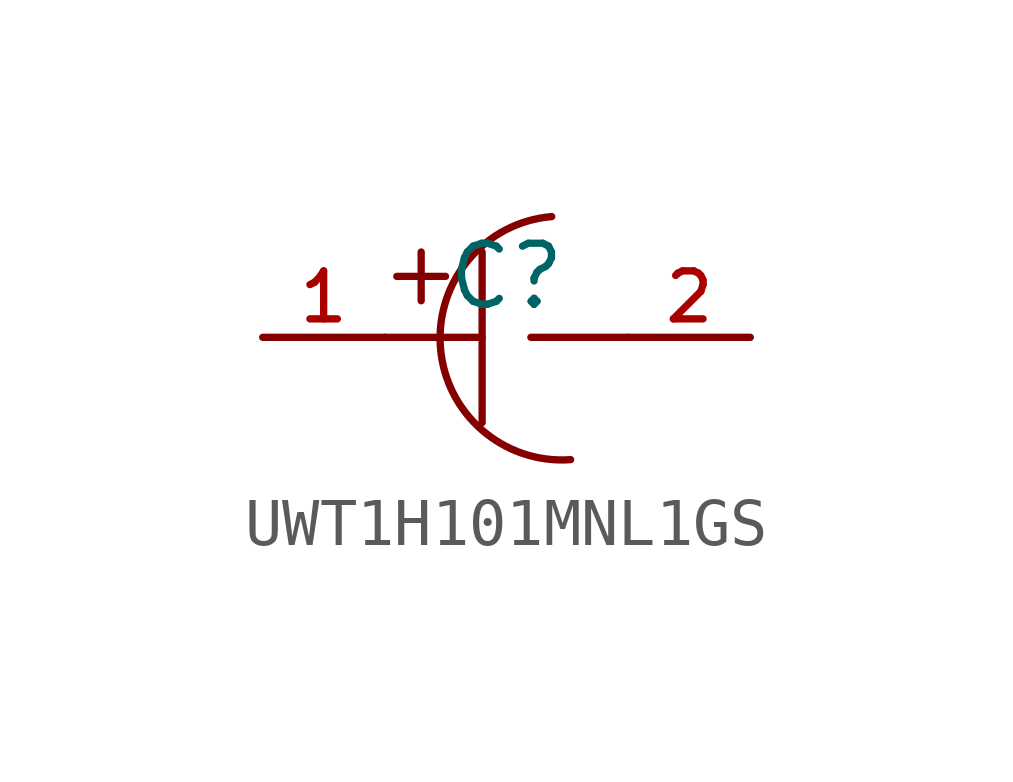
<source format=kicad_sym>
(kicad_symbol_lib
  (version 20210201)
  (generator TousstNicolas/JLC2KiCad_lib)
  (symbol "UWT1H101MNL1GS"
    (pin_names hide)
    (property "Reference" "C"
      (at 0 1.27 0)
      (effects (font (size 1.27 1.27))))
    (symbol "UWT1H101MNL1GS_0_1"
      (polyline (pts (xy -0.508 1.778) (xy -0.508 -1.778)) (stroke (width 0) (type default) (color 0 0 0 0)) (fill (type none)))
      (pin input line (at -5.08 -0.0 0) (length 2.54) (name "1" (effects (font (size 1 1)))) (number "1" (effects (font (size 1 1)))))
      (pin input line (at 5.08 -0.0 180) (length 2.54) (name "2" (effects (font (size 1 1)))) (number "2" (effects (font (size 1 1)))))
      (polyline (pts (xy -2.54 -0.0) (xy -0.508 -0.0)) (stroke (width 0) (type default) (color 0 0 0 0)) (fill (type none)))
      (polyline (pts (xy 0.508 -0.0) (xy 2.54 -0.0)) (stroke (width 0) (type default) (color 0 0 0 0)) (fill (type none)))
      (arc (start 1.336076669933015 -2.5488732196922568) (mid -1.393170600892016 -0.2133945408688318) (end 0.942308016927978 2.515852782158215) (stroke (width 0) (type default) (color 0 0 0 0)) (fill (type none)))
      (polyline (pts (xy -2.286 1.27) (xy -1.27 1.27)) (stroke (width 0) (type default) (color 0 0 0 0)) (fill (type none)))
      (polyline (pts (xy -1.778 1.778) (xy -1.778 0.762)) (stroke (width 0) (type default) (color 0 0 0 0)) (fill (type none))))))
</source>
